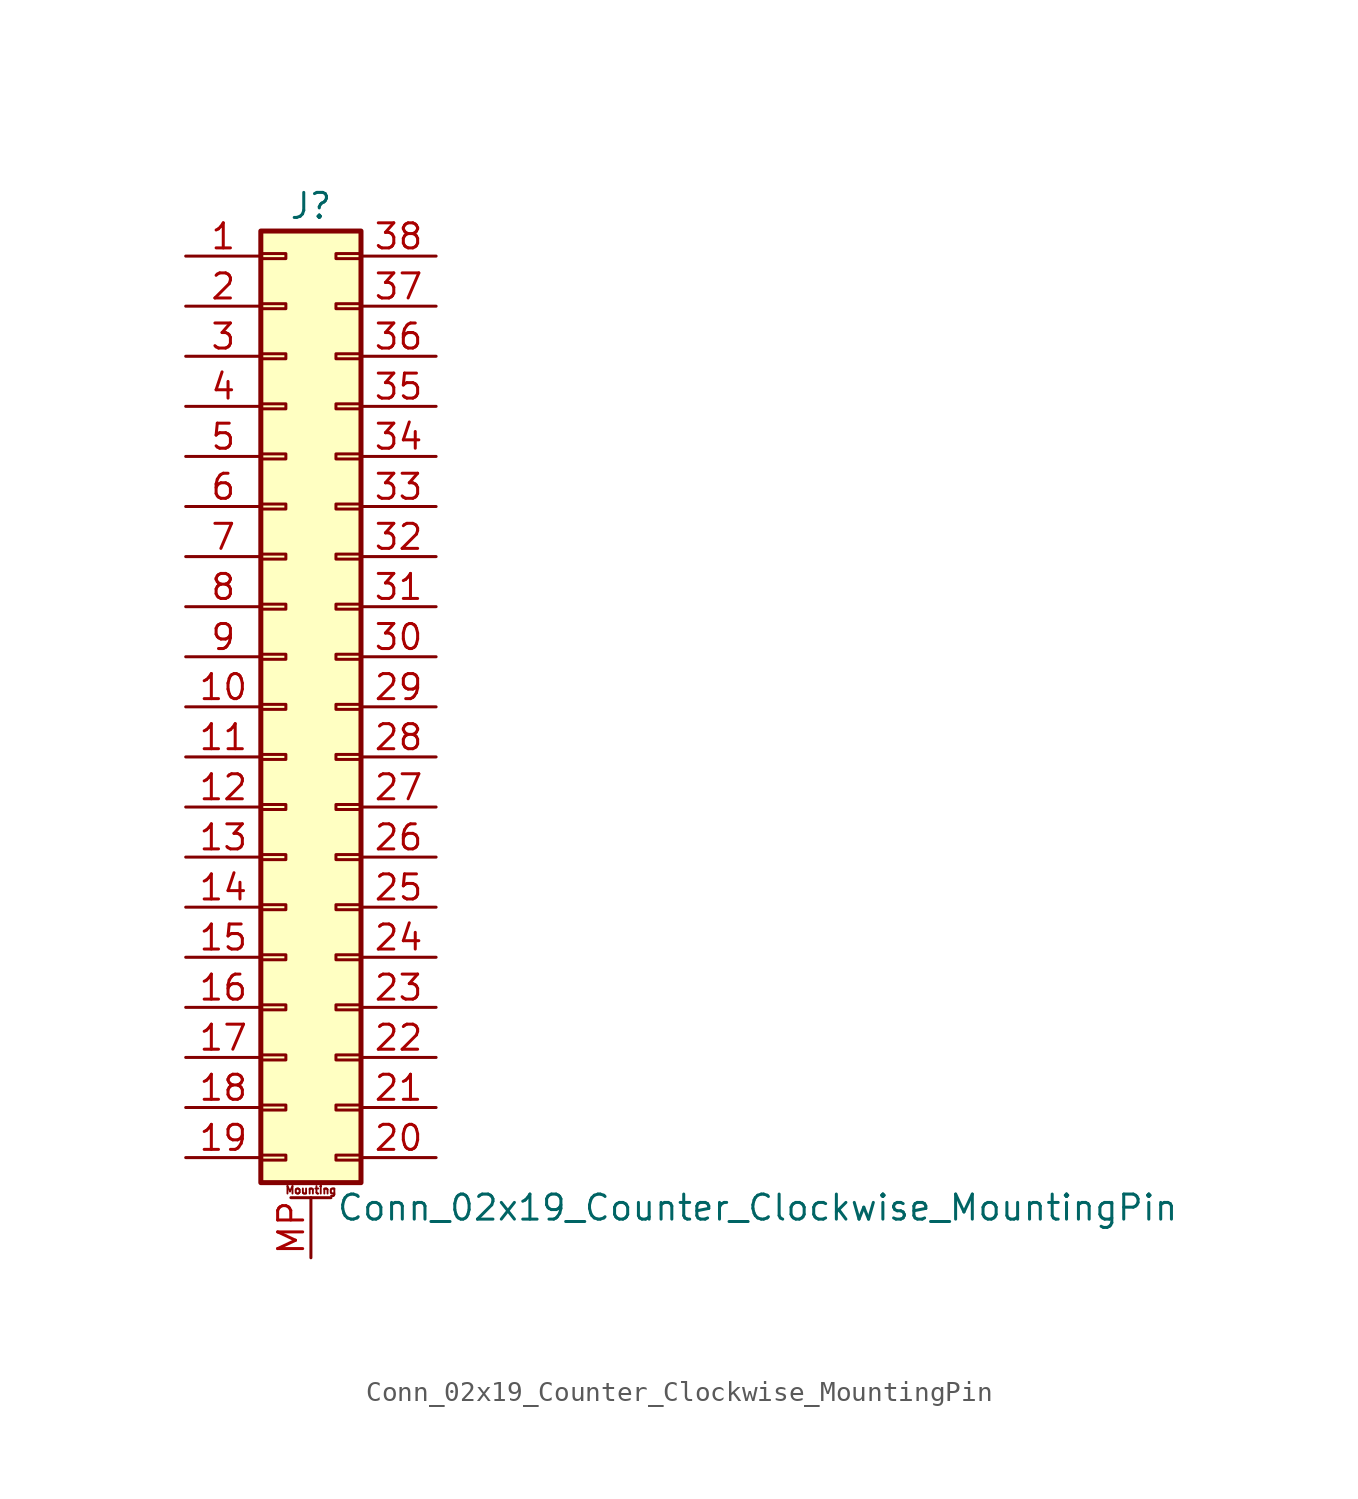
<source format=kicad_sym>
(kicad_symbol_lib
  (version 20201005)
  (generator kicad_symbol_editor)
  (symbol "Conn_02x19_Counter_Clockwise_MountingPin"
    (pin_names
      (offset 1.016) hide)
    (property "Reference" "J"
      (at 1.27 25.4 0)
      (effects (font (size 1.27 1.27))))
    (property "Value" "Conn_02x19_Counter_Clockwise_MountingPin"
      (at 2.54 -25.4 0)
      (effects (font (size 1.27 1.27)) (justify left)))
    (symbol "Conn_02x19_Counter_Clockwise_MountingPin_1_1"
      (text "Mounting" (at 1.27 -24.511 0) (effects (font (size 0.381 0.381))))
      (rectangle (start -1.27 -22.733) (end 0 -22.987) (stroke (width 0.152)) (fill (type none)))
      (rectangle (start -1.27 -20.193) (end 0 -20.447) (stroke (width 0.152)) (fill (type none)))
      (rectangle (start -1.27 -17.653) (end 0 -17.907) (stroke (width 0.152)) (fill (type none)))
      (rectangle (start -1.27 -15.113) (end 0 -15.367) (stroke (width 0.152)) (fill (type none)))
      (rectangle (start -1.27 -12.573) (end 0 -12.827) (stroke (width 0.152)) (fill (type none)))
      (rectangle (start -1.27 -10.033) (end 0 -10.287) (stroke (width 0.152)) (fill (type none)))
      (rectangle (start -1.27 -7.493) (end 0 -7.747) (stroke (width 0.152)) (fill (type none)))
      (rectangle (start -1.27 -4.953) (end 0 -5.207) (stroke (width 0.152)) (fill (type none)))
      (rectangle (start -1.27 -2.413) (end 0 -2.667) (stroke (width 0.152)) (fill (type none)))
      (rectangle (start -1.27 0.127) (end 0 -0.127) (stroke (width 0.152)) (fill (type none)))
      (rectangle (start -1.27 2.667) (end 0 2.413) (stroke (width 0.152)) (fill (type none)))
      (rectangle (start -1.27 5.207) (end 0 4.953) (stroke (width 0.152)) (fill (type none)))
      (rectangle (start -1.27 7.747) (end 0 7.493) (stroke (width 0.152)) (fill (type none)))
      (rectangle (start -1.27 10.287) (end 0 10.033) (stroke (width 0.152)) (fill (type none)))
      (rectangle (start -1.27 12.827) (end 0 12.573) (stroke (width 0.152)) (fill (type none)))
      (rectangle (start -1.27 15.367) (end 0 15.113) (stroke (width 0.152)) (fill (type none)))
      (rectangle (start -1.27 17.907) (end 0 17.653) (stroke (width 0.152)) (fill (type none)))
      (rectangle (start -1.27 20.447) (end 0 20.193) (stroke (width 0.152)) (fill (type none)))
      (rectangle (start -1.27 22.987) (end 0 22.733) (stroke (width 0.152)) (fill (type none)))
      (rectangle (start 3.81 -22.733) (end 2.54 -22.987) (stroke (width 0.152)) (fill (type none)))
      (rectangle (start 3.81 -20.193) (end 2.54 -20.447) (stroke (width 0.152)) (fill (type none)))
      (rectangle (start 3.81 -17.653) (end 2.54 -17.907) (stroke (width 0.152)) (fill (type none)))
      (rectangle (start 3.81 -15.113) (end 2.54 -15.367) (stroke (width 0.152)) (fill (type none)))
      (rectangle (start 3.81 -12.573) (end 2.54 -12.827) (stroke (width 0.152)) (fill (type none)))
      (rectangle (start 3.81 -10.033) (end 2.54 -10.287) (stroke (width 0.152)) (fill (type none)))
      (rectangle (start 3.81 -7.493) (end 2.54 -7.747) (stroke (width 0.152)) (fill (type none)))
      (rectangle (start 3.81 -4.953) (end 2.54 -5.207) (stroke (width 0.152)) (fill (type none)))
      (rectangle (start 3.81 -2.413) (end 2.54 -2.667) (stroke (width 0.152)) (fill (type none)))
      (rectangle (start 3.81 0.127) (end 2.54 -0.127) (stroke (width 0.152)) (fill (type none)))
      (rectangle (start 3.81 2.667) (end 2.54 2.413) (stroke (width 0.152)) (fill (type none)))
      (rectangle (start 3.81 5.207) (end 2.54 4.953) (stroke (width 0.152)) (fill (type none)))
      (rectangle (start 3.81 7.747) (end 2.54 7.493) (stroke (width 0.152)) (fill (type none)))
      (rectangle (start 3.81 10.287) (end 2.54 10.033) (stroke (width 0.152)) (fill (type none)))
      (rectangle (start 3.81 12.827) (end 2.54 12.573) (stroke (width 0.152)) (fill (type none)))
      (rectangle (start 3.81 15.367) (end 2.54 15.113) (stroke (width 0.152)) (fill (type none)))
      (rectangle (start 3.81 17.907) (end 2.54 17.653) (stroke (width 0.152)) (fill (type none)))
      (rectangle (start 3.81 20.447) (end 2.54 20.193) (stroke (width 0.152)) (fill (type none)))
      (rectangle (start 3.81 22.987) (end 2.54 22.733) (stroke (width 0.152)) (fill (type none)))
      (rectangle (start -1.27 24.13) (end 3.81 -24.13) (stroke (width 0.254)) (fill (type background)))
      (polyline (pts (xy 0.254 -24.892) (xy 2.286 -24.892)) (stroke (width 0.152)) (fill (type none)))
      (pin passive line (at -5.08 22.86 0) (length 3.81) (name "Pin_1" (effects (font (size 1.27 1.27)))) (number "1" (effects (font (size 1.27 1.27)))))
      (pin passive line (at -5.08 0 0) (length 3.81) (name "Pin_10" (effects (font (size 1.27 1.27)))) (number "10" (effects (font (size 1.27 1.27)))))
      (pin passive line (at -5.08 -2.54 0) (length 3.81) (name "Pin_11" (effects (font (size 1.27 1.27)))) (number "11" (effects (font (size 1.27 1.27)))))
      (pin passive line (at -5.08 -5.08 0) (length 3.81) (name "Pin_12" (effects (font (size 1.27 1.27)))) (number "12" (effects (font (size 1.27 1.27)))))
      (pin passive line (at -5.08 -7.62 0) (length 3.81) (name "Pin_13" (effects (font (size 1.27 1.27)))) (number "13" (effects (font (size 1.27 1.27)))))
      (pin passive line (at -5.08 -10.16 0) (length 3.81) (name "Pin_14" (effects (font (size 1.27 1.27)))) (number "14" (effects (font (size 1.27 1.27)))))
      (pin passive line (at -5.08 -12.7 0) (length 3.81) (name "Pin_15" (effects (font (size 1.27 1.27)))) (number "15" (effects (font (size 1.27 1.27)))))
      (pin passive line (at -5.08 -15.24 0) (length 3.81) (name "Pin_16" (effects (font (size 1.27 1.27)))) (number "16" (effects (font (size 1.27 1.27)))))
      (pin passive line (at -5.08 -17.78 0) (length 3.81) (name "Pin_17" (effects (font (size 1.27 1.27)))) (number "17" (effects (font (size 1.27 1.27)))))
      (pin passive line (at -5.08 -20.32 0) (length 3.81) (name "Pin_18" (effects (font (size 1.27 1.27)))) (number "18" (effects (font (size 1.27 1.27)))))
      (pin passive line (at -5.08 -22.86 0) (length 3.81) (name "Pin_19" (effects (font (size 1.27 1.27)))) (number "19" (effects (font (size 1.27 1.27)))))
      (pin passive line (at -5.08 20.32 0) (length 3.81) (name "Pin_2" (effects (font (size 1.27 1.27)))) (number "2" (effects (font (size 1.27 1.27)))))
      (pin passive line (at 7.62 -22.86 180) (length 3.81) (name "Pin_20" (effects (font (size 1.27 1.27)))) (number "20" (effects (font (size 1.27 1.27)))))
      (pin passive line (at 7.62 -20.32 180) (length 3.81) (name "Pin_21" (effects (font (size 1.27 1.27)))) (number "21" (effects (font (size 1.27 1.27)))))
      (pin passive line (at 7.62 -17.78 180) (length 3.81) (name "Pin_22" (effects (font (size 1.27 1.27)))) (number "22" (effects (font (size 1.27 1.27)))))
      (pin passive line (at 7.62 -15.24 180) (length 3.81) (name "Pin_23" (effects (font (size 1.27 1.27)))) (number "23" (effects (font (size 1.27 1.27)))))
      (pin passive line (at 7.62 -12.7 180) (length 3.81) (name "Pin_24" (effects (font (size 1.27 1.27)))) (number "24" (effects (font (size 1.27 1.27)))))
      (pin passive line (at 7.62 -10.16 180) (length 3.81) (name "Pin_25" (effects (font (size 1.27 1.27)))) (number "25" (effects (font (size 1.27 1.27)))))
      (pin passive line (at 7.62 -7.62 180) (length 3.81) (name "Pin_26" (effects (font (size 1.27 1.27)))) (number "26" (effects (font (size 1.27 1.27)))))
      (pin passive line (at 7.62 -5.08 180) (length 3.81) (name "Pin_27" (effects (font (size 1.27 1.27)))) (number "27" (effects (font (size 1.27 1.27)))))
      (pin passive line (at 7.62 -2.54 180) (length 3.81) (name "Pin_28" (effects (font (size 1.27 1.27)))) (number "28" (effects (font (size 1.27 1.27)))))
      (pin passive line (at 7.62 0 180) (length 3.81) (name "Pin_29" (effects (font (size 1.27 1.27)))) (number "29" (effects (font (size 1.27 1.27)))))
      (pin passive line (at -5.08 17.78 0) (length 3.81) (name "Pin_3" (effects (font (size 1.27 1.27)))) (number "3" (effects (font (size 1.27 1.27)))))
      (pin passive line (at 7.62 2.54 180) (length 3.81) (name "Pin_30" (effects (font (size 1.27 1.27)))) (number "30" (effects (font (size 1.27 1.27)))))
      (pin passive line (at 7.62 5.08 180) (length 3.81) (name "Pin_31" (effects (font (size 1.27 1.27)))) (number "31" (effects (font (size 1.27 1.27)))))
      (pin passive line (at 7.62 7.62 180) (length 3.81) (name "Pin_32" (effects (font (size 1.27 1.27)))) (number "32" (effects (font (size 1.27 1.27)))))
      (pin passive line (at 7.62 10.16 180) (length 3.81) (name "Pin_33" (effects (font (size 1.27 1.27)))) (number "33" (effects (font (size 1.27 1.27)))))
      (pin passive line (at 7.62 12.7 180) (length 3.81) (name "Pin_34" (effects (font (size 1.27 1.27)))) (number "34" (effects (font (size 1.27 1.27)))))
      (pin passive line (at 7.62 15.24 180) (length 3.81) (name "Pin_35" (effects (font (size 1.27 1.27)))) (number "35" (effects (font (size 1.27 1.27)))))
      (pin passive line (at 7.62 17.78 180) (length 3.81) (name "Pin_36" (effects (font (size 1.27 1.27)))) (number "36" (effects (font (size 1.27 1.27)))))
      (pin passive line (at 7.62 20.32 180) (length 3.81) (name "Pin_37" (effects (font (size 1.27 1.27)))) (number "37" (effects (font (size 1.27 1.27)))))
      (pin passive line (at 7.62 22.86 180) (length 3.81) (name "Pin_38" (effects (font (size 1.27 1.27)))) (number "38" (effects (font (size 1.27 1.27)))))
      (pin passive line (at -5.08 15.24 0) (length 3.81) (name "Pin_4" (effects (font (size 1.27 1.27)))) (number "4" (effects (font (size 1.27 1.27)))))
      (pin passive line (at -5.08 12.7 0) (length 3.81) (name "Pin_5" (effects (font (size 1.27 1.27)))) (number "5" (effects (font (size 1.27 1.27)))))
      (pin passive line (at -5.08 10.16 0) (length 3.81) (name "Pin_6" (effects (font (size 1.27 1.27)))) (number "6" (effects (font (size 1.27 1.27)))))
      (pin passive line (at -5.08 7.62 0) (length 3.81) (name "Pin_7" (effects (font (size 1.27 1.27)))) (number "7" (effects (font (size 1.27 1.27)))))
      (pin passive line (at -5.08 5.08 0) (length 3.81) (name "Pin_8" (effects (font (size 1.27 1.27)))) (number "8" (effects (font (size 1.27 1.27)))))
      (pin passive line (at -5.08 2.54 0) (length 3.81) (name "Pin_9" (effects (font (size 1.27 1.27)))) (number "9" (effects (font (size 1.27 1.27)))))
      (pin passive line (at 1.27 -27.94 90) (length 3.048) (name "MountPin" (effects (font (size 1.27 1.27)))) (number "MP" (effects (font (size 1.27 1.27))))))))
</source>
